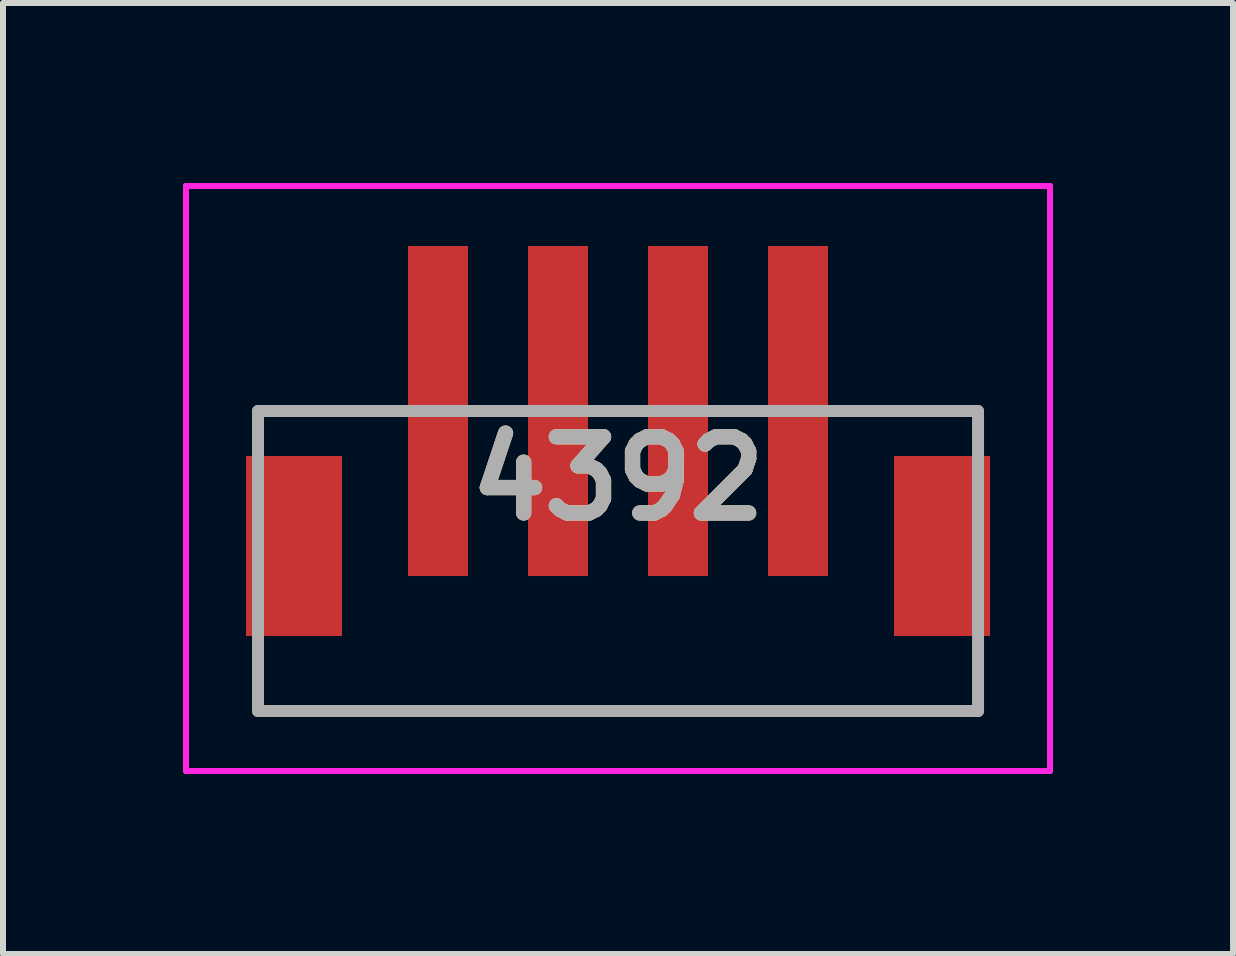
<source format=kicad_pcb>
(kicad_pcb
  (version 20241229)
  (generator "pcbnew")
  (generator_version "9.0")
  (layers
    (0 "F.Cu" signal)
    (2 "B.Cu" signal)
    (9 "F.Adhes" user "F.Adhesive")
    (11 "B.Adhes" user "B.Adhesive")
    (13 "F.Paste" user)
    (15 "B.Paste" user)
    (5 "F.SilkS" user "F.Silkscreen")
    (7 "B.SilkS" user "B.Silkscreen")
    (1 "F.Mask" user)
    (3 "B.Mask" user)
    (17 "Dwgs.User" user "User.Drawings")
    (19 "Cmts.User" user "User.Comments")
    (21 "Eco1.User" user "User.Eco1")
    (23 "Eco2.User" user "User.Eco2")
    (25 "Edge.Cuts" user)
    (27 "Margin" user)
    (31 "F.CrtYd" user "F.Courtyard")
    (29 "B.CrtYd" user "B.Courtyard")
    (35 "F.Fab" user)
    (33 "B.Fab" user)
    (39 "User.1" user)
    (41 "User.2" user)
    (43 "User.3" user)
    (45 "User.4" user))
  (footprint "4392"
    (layer "F.Cu")
    (at 7.25 7.3)
    (property "Reference" "4392" (at 0 -2.375 0) (layer "F.SilkS") (effects (font (size 1.27 1.27) (thickness 0.254))))
    (attr smd)
    (fp_line (start 6 1.5) (end -6 1.5) (stroke (width 0.1) (type solid)) (layer "F.SilkS"))
    (fp_line (start -7.2 -7.25) (end -7.2 2.5) (stroke (width 0.1) (type solid)) (layer "F.CrtYd"))
    (fp_line (start -7.2 2.5) (end 7.2 2.5) (stroke (width 0.1) (type solid)) (layer "F.CrtYd"))
    (fp_line (start 7.2 -7.25) (end -7.2 -7.25) (stroke (width 0.1) (type solid)) (layer "F.CrtYd"))
    (fp_line (start 7.2 2.5) (end 7.2 -7.25) (stroke (width 0.1) (type solid)) (layer "F.CrtYd"))
    (fp_line (start -6 -3.5) (end -6 1.5) (stroke (width 0.2) (type solid)) (layer "F.Fab"))
    (fp_line (start -6 1.5) (end 6 1.5) (stroke (width 0.2) (type solid)) (layer "F.Fab"))
    (fp_line (start 6 -3.5) (end -6 -3.5) (stroke (width 0.2) (type solid)) (layer "F.Fab"))
    (fp_line (start 6 1.5) (end 6 -3.5) (stroke (width 0.2) (type solid)) (layer "F.Fab"))
    (fp_text user "${REFERENCE}" (at 0 -2.375 0) (layer "F.Fab") (effects (font (size 1.27 1.27) (thickness 0.254))))
    (pad "1" smd rect (at 3 -3.5) (size 1 5.5) (layers "F.Cu" "F.Mask" "F.Paste"))
    (pad "2" smd rect (at 1 -3.5) (size 1 5.5) (layers "F.Cu" "F.Mask" "F.Paste"))
    (pad "3" smd rect (at -1 -3.5) (size 1 5.5) (layers "F.Cu" "F.Mask" "F.Paste"))
    (pad "4" smd rect (at -3 -3.5) (size 1 5.5) (layers "F.Cu" "F.Mask" "F.Paste"))
    (pad "MP1" smd rect (at 5.4 -1.25) (size 1.6 3) (layers "F.Cu" "F.Mask" "F.Paste"))
    (pad "MP2" smd rect (at -5.4 -1.25) (size 1.6 3) (layers "F.Cu" "F.Mask" "F.Paste")))
  (gr_rect
    (start -3 -3)
    (end 17.5 12.85)
    (stroke (width 0.1) (type default))
    (fill no)
    (layer "Edge.Cuts")))
</source>
